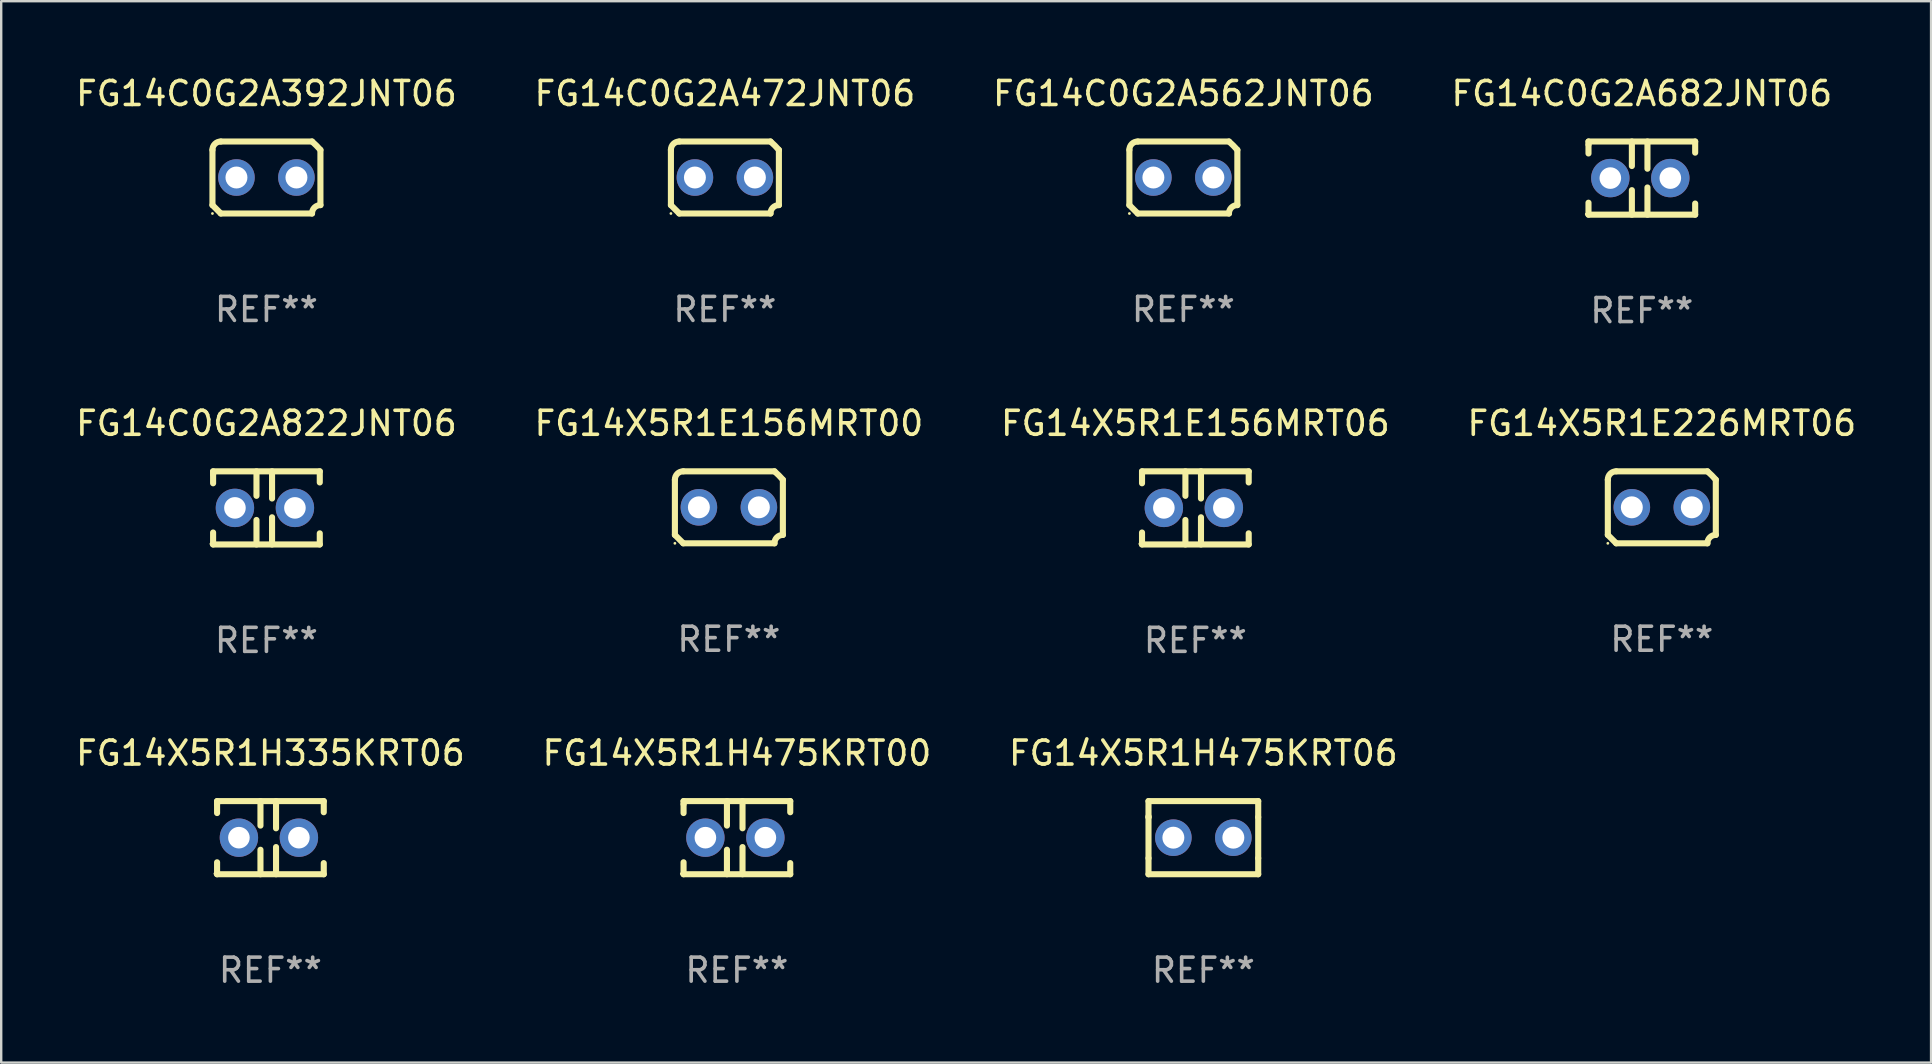
<source format=kicad_pcb>
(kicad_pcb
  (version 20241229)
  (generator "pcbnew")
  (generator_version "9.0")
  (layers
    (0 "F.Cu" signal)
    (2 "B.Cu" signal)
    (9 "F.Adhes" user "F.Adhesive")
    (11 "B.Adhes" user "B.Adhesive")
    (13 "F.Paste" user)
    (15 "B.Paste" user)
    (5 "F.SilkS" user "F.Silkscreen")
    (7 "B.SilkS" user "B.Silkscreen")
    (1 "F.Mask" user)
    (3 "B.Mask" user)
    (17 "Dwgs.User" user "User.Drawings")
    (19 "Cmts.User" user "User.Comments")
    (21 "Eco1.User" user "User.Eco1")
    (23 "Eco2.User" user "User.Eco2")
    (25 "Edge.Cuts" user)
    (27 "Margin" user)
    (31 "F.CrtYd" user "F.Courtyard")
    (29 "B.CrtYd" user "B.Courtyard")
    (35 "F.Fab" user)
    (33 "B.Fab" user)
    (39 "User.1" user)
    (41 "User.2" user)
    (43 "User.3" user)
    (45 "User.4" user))
  (footprint "FG14X5R1E226MRT06"
    (layer "F.Cu")
    (at 66.208 18.093)
    (property "Reference" "FG14X5R1E226MRT06" (at 0 -3.5 0) (layer "F.SilkS") (effects (font (size 1 1) (thickness 0.15))))
    (attr through_hole)
    (fp_line (start -2.25 -1.15) (end -2.25 1.15) (stroke (width 0.254) (type solid)) (layer "F.SilkS"))
    (fp_line (start -1.9 -1.5) (end 1.9 -1.5) (stroke (width 0.254) (type solid)) (layer "F.SilkS"))
    (fp_line (start 1.9 1.5) (end -1.9 1.5) (stroke (width 0.254) (type solid)) (layer "F.SilkS"))
    (fp_line (start 2.25 1.15) (end 2.25 -1.15) (stroke (width 0.254) (type solid)) (layer "F.SilkS"))
    (fp_arc (start -2.250444 -1.150623) (mid -2.148751 -1.399065) (end -1.9 -1.5) (stroke (width 0.254001) (type solid)) (layer "F.SilkS"))
    (fp_arc (start -1.90061 1.500431) (mid -2.075366 1.325276) (end -2.249987 1.149987) (stroke (width 0.254001) (type solid)) (layer "F.SilkS"))
    (fp_arc (start 1.9 1.5) (mid 2.001853 1.251718) (end 2.250445 1.150622) (stroke (width 0.254001) (type solid)) (layer "F.SilkS"))
    (fp_arc (start 1.90066 -1.500432) (mid 2.081685 -1.331526) (end 2.250038 -1.149987) (stroke (width 0.254001) (type solid)) (layer "F.SilkS"))
    (fp_circle (center -2.25 1.5) (end -2.22 1.5) (stroke (width 0.06) (type solid)) (fill no) (layer "F.SilkS"))
    (fp_text user "REF**" (at 0 5.5 0) (layer "F.Fab") (effects (font (size 1 1) (thickness 0.15))))
    (pad "1" thru_hole circle (at -1.25 0) (size 1.524 1.524) (drill 0.914) (layers "*.Cu" "*.Mask"))
    (pad "2" thru_hole circle (at 1.25 0) (size 1.524 1.524) (drill 0.914) (layers "*.Cu" "*.Mask")))
  (footprint "FG14C0G2A392JNT06"
    (layer "F.Cu")
    (at 8.054 4.348)
    (property "Reference" "FG14C0G2A392JNT06" (at 0 -3.5 0) (layer "F.SilkS") (effects (font (size 1 1) (thickness 0.15))))
    (attr through_hole)
    (fp_line (start -2.25 -1.15) (end -2.25 1.15) (stroke (width 0.254) (type solid)) (layer "F.SilkS"))
    (fp_line (start -1.9 -1.5) (end 1.9 -1.5) (stroke (width 0.254) (type solid)) (layer "F.SilkS"))
    (fp_line (start 1.9 1.5) (end -1.9 1.5) (stroke (width 0.254) (type solid)) (layer "F.SilkS"))
    (fp_line (start 2.25 1.15) (end 2.25 -1.15) (stroke (width 0.254) (type solid)) (layer "F.SilkS"))
    (fp_arc (start -2.250444 -1.150623) (mid -2.148751 -1.399065) (end -1.9 -1.5) (stroke (width 0.254001) (type solid)) (layer "F.SilkS"))
    (fp_arc (start -1.90061 1.500431) (mid -2.075366 1.325276) (end -2.249987 1.149987) (stroke (width 0.254001) (type solid)) (layer "F.SilkS"))
    (fp_arc (start 1.9 1.5) (mid 2.001853 1.251718) (end 2.250445 1.150622) (stroke (width 0.254001) (type solid)) (layer "F.SilkS"))
    (fp_arc (start 1.90066 -1.500432) (mid 2.081685 -1.331526) (end 2.250038 -1.149987) (stroke (width 0.254001) (type solid)) (layer "F.SilkS"))
    (fp_circle (center -2.25 1.5) (end -2.22 1.5) (stroke (width 0.06) (type solid)) (fill no) (layer "F.SilkS"))
    (fp_text user "REF**" (at 0 5.5 0) (layer "F.Fab") (effects (font (size 1 1) (thickness 0.15))))
    (pad "1" thru_hole circle (at -1.25 0) (size 1.524 1.524) (drill 0.914) (layers "*.Cu" "*.Mask"))
    (pad "2" thru_hole circle (at 1.25 0) (size 1.524 1.524) (drill 0.914) (layers "*.Cu" "*.Mask")))
  (footprint "FG14X5R1H475KRT00"
    (layer "F.Cu")
    (at 27.661 31.861)
    (property "Reference" "FG14X5R1H475KRT00" (at 0 -3.524 0) (layer "F.SilkS") (effects (font (size 1 1) (thickness 0.15))))
    (attr through_hole)
    (fp_line (start -2.223 -1.524) (end 2.223 -1.524) (stroke (width 0.254) (type solid)) (layer "F.SilkS"))
    (fp_line (start -2.223 -1.397) (end -2.223 -1.524) (stroke (width 0.254) (type solid)) (layer "F.SilkS"))
    (fp_line (start -2.223 -1.026) (end -2.223 -1.397) (stroke (width 0.254) (type solid)) (layer "F.SilkS"))
    (fp_line (start -2.223 1.524) (end -2.223 1.026) (stroke (width 0.254) (type solid)) (layer "F.SilkS"))
    (fp_line (start -0.415 -1.524) (end -0.415 -0.503) (stroke (width 0.254) (type solid)) (layer "F.SilkS"))
    (fp_line (start -0.415 0.503) (end -0.415 1.524) (stroke (width 0.254) (type solid)) (layer "F.SilkS"))
    (fp_line (start 0.234 -1.524) (end 0.234 -0.391) (stroke (width 0.254) (type solid)) (layer "F.SilkS"))
    (fp_line (start 0.234 0.391) (end 0.234 1.524) (stroke (width 0.254) (type solid)) (layer "F.SilkS"))
    (fp_line (start 2.223 -1.524) (end 2.223 -1.06) (stroke (width 0.254) (type solid)) (layer "F.SilkS"))
    (fp_line (start 2.223 1.06) (end 2.223 1.524) (stroke (width 0.254) (type solid)) (layer "F.SilkS"))
    (fp_line (start 2.223 1.524) (end -2.223 1.524) (stroke (width 0.254) (type solid)) (layer "F.SilkS"))
    (fp_circle (center -2.314 1.5) (end -2.284 1.5) (stroke (width 0.06) (type solid)) (fill no) (layer "F.SilkS"))
    (fp_text user "REF**" (at 0 5.524 0) (layer "F.Fab") (effects (font (size 1 1) (thickness 0.15))))
    (pad "1" thru_hole circle (at -1.313 0) (size 1.6 1.6) (drill 0.9) (layers "*.Cu" "*.Mask"))
    (pad "2" thru_hole circle (at 1.187 0) (size 1.6 1.6) (drill 0.9) (layers "*.Cu" "*.Mask")))
  (footprint "FG14C0G2A682JNT06"
    (layer "F.Cu")
    (at 65.375 4.372)
    (property "Reference" "FG14C0G2A682JNT06" (at 0 -3.524 0) (layer "F.SilkS") (effects (font (size 1 1) (thickness 0.15))))
    (attr through_hole)
    (fp_line (start -2.223 -1.524) (end 2.223 -1.524) (stroke (width 0.254) (type solid)) (layer "F.SilkS"))
    (fp_line (start -2.223 -1.397) (end -2.223 -1.524) (stroke (width 0.254) (type solid)) (layer "F.SilkS"))
    (fp_line (start -2.223 -1.026) (end -2.223 -1.397) (stroke (width 0.254) (type solid)) (layer "F.SilkS"))
    (fp_line (start -2.223 1.524) (end -2.223 1.026) (stroke (width 0.254) (type solid)) (layer "F.SilkS"))
    (fp_line (start -0.415 -1.524) (end -0.415 -0.503) (stroke (width 0.254) (type solid)) (layer "F.SilkS"))
    (fp_line (start -0.415 0.503) (end -0.415 1.524) (stroke (width 0.254) (type solid)) (layer "F.SilkS"))
    (fp_line (start 0.234 -1.524) (end 0.234 -0.391) (stroke (width 0.254) (type solid)) (layer "F.SilkS"))
    (fp_line (start 0.234 0.391) (end 0.234 1.524) (stroke (width 0.254) (type solid)) (layer "F.SilkS"))
    (fp_line (start 2.223 -1.524) (end 2.223 -1.06) (stroke (width 0.254) (type solid)) (layer "F.SilkS"))
    (fp_line (start 2.223 1.06) (end 2.223 1.524) (stroke (width 0.254) (type solid)) (layer "F.SilkS"))
    (fp_line (start 2.223 1.524) (end -2.223 1.524) (stroke (width 0.254) (type solid)) (layer "F.SilkS"))
    (fp_circle (center -2.314 1.5) (end -2.284 1.5) (stroke (width 0.06) (type solid)) (fill no) (layer "F.SilkS"))
    (fp_text user "REF**" (at 0 5.524 0) (layer "F.Fab") (effects (font (size 1 1) (thickness 0.15))))
    (pad "1" thru_hole circle (at -1.313 0) (size 1.6 1.6) (drill 0.9) (layers "*.Cu" "*.Mask"))
    (pad "2" thru_hole circle (at 1.187 0) (size 1.6 1.6) (drill 0.9) (layers "*.Cu" "*.Mask")))
  (footprint "FG14X5R1E156MRT00"
    (layer "F.Cu")
    (at 27.327 18.093)
    (property "Reference" "FG14X5R1E156MRT00" (at 0 -3.5 0) (layer "F.SilkS") (effects (font (size 1 1) (thickness 0.15))))
    (attr through_hole)
    (fp_line (start -2.25 -1.15) (end -2.25 1.15) (stroke (width 0.254) (type solid)) (layer "F.SilkS"))
    (fp_line (start -1.9 -1.5) (end 1.9 -1.5) (stroke (width 0.254) (type solid)) (layer "F.SilkS"))
    (fp_line (start 1.9 1.5) (end -1.9 1.5) (stroke (width 0.254) (type solid)) (layer "F.SilkS"))
    (fp_line (start 2.25 1.15) (end 2.25 -1.15) (stroke (width 0.254) (type solid)) (layer "F.SilkS"))
    (fp_arc (start -2.250444 -1.150623) (mid -2.148751 -1.399065) (end -1.9 -1.5) (stroke (width 0.254001) (type solid)) (layer "F.SilkS"))
    (fp_arc (start -1.90061 1.500431) (mid -2.075366 1.325276) (end -2.249987 1.149987) (stroke (width 0.254001) (type solid)) (layer "F.SilkS"))
    (fp_arc (start 1.9 1.5) (mid 2.001853 1.251718) (end 2.250445 1.150622) (stroke (width 0.254001) (type solid)) (layer "F.SilkS"))
    (fp_arc (start 1.90066 -1.500432) (mid 2.081685 -1.331526) (end 2.250038 -1.149987) (stroke (width 0.254001) (type solid)) (layer "F.SilkS"))
    (fp_circle (center -2.25 1.5) (end -2.22 1.5) (stroke (width 0.06) (type solid)) (fill no) (layer "F.SilkS"))
    (fp_text user "REF**" (at 0 5.5 0) (layer "F.Fab") (effects (font (size 1 1) (thickness 0.15))))
    (pad "1" thru_hole circle (at -1.25 0) (size 1.524 1.524) (drill 0.914) (layers "*.Cu" "*.Mask"))
    (pad "2" thru_hole circle (at 1.25 0) (size 1.524 1.524) (drill 0.914) (layers "*.Cu" "*.Mask")))
  (footprint "FG14C0G2A822JNT06"
    (layer "F.Cu")
    (at 8.054 18.117)
    (property "Reference" "FG14C0G2A822JNT06" (at 0 -3.524 0) (layer "F.SilkS") (effects (font (size 1 1) (thickness 0.15))))
    (attr through_hole)
    (fp_line (start -2.223 -1.524) (end 2.223 -1.524) (stroke (width 0.254) (type solid)) (layer "F.SilkS"))
    (fp_line (start -2.223 -1.397) (end -2.223 -1.524) (stroke (width 0.254) (type solid)) (layer "F.SilkS"))
    (fp_line (start -2.223 -1.026) (end -2.223 -1.397) (stroke (width 0.254) (type solid)) (layer "F.SilkS"))
    (fp_line (start -2.223 1.524) (end -2.223 1.026) (stroke (width 0.254) (type solid)) (layer "F.SilkS"))
    (fp_line (start -0.415 -1.524) (end -0.415 -0.503) (stroke (width 0.254) (type solid)) (layer "F.SilkS"))
    (fp_line (start -0.415 0.503) (end -0.415 1.524) (stroke (width 0.254) (type solid)) (layer "F.SilkS"))
    (fp_line (start 0.234 -1.524) (end 0.234 -0.391) (stroke (width 0.254) (type solid)) (layer "F.SilkS"))
    (fp_line (start 0.234 0.391) (end 0.234 1.524) (stroke (width 0.254) (type solid)) (layer "F.SilkS"))
    (fp_line (start 2.223 -1.524) (end 2.223 -1.06) (stroke (width 0.254) (type solid)) (layer "F.SilkS"))
    (fp_line (start 2.223 1.06) (end 2.223 1.524) (stroke (width 0.254) (type solid)) (layer "F.SilkS"))
    (fp_line (start 2.223 1.524) (end -2.223 1.524) (stroke (width 0.254) (type solid)) (layer "F.SilkS"))
    (fp_circle (center -2.314 1.5) (end -2.284 1.5) (stroke (width 0.06) (type solid)) (fill no) (layer "F.SilkS"))
    (fp_text user "REF**" (at 0 5.524 0) (layer "F.Fab") (effects (font (size 1 1) (thickness 0.15))))
    (pad "1" thru_hole circle (at -1.313 0) (size 1.6 1.6) (drill 0.9) (layers "*.Cu" "*.Mask"))
    (pad "2" thru_hole circle (at 1.187 0) (size 1.6 1.6) (drill 0.9) (layers "*.Cu" "*.Mask")))
  (footprint "FG14X5R1H335KRT06"
    (layer "F.Cu")
    (at 8.22 31.861)
    (property "Reference" "FG14X5R1H335KRT06" (at 0 -3.524 0) (layer "F.SilkS") (effects (font (size 1 1) (thickness 0.15))))
    (attr through_hole)
    (fp_line (start -2.223 -1.524) (end 2.223 -1.524) (stroke (width 0.254) (type solid)) (layer "F.SilkS"))
    (fp_line (start -2.223 -1.397) (end -2.223 -1.524) (stroke (width 0.254) (type solid)) (layer "F.SilkS"))
    (fp_line (start -2.223 -1.026) (end -2.223 -1.397) (stroke (width 0.254) (type solid)) (layer "F.SilkS"))
    (fp_line (start -2.223 1.524) (end -2.223 1.026) (stroke (width 0.254) (type solid)) (layer "F.SilkS"))
    (fp_line (start -0.415 -1.524) (end -0.415 -0.503) (stroke (width 0.254) (type solid)) (layer "F.SilkS"))
    (fp_line (start -0.415 0.503) (end -0.415 1.524) (stroke (width 0.254) (type solid)) (layer "F.SilkS"))
    (fp_line (start 0.234 -1.524) (end 0.234 -0.391) (stroke (width 0.254) (type solid)) (layer "F.SilkS"))
    (fp_line (start 0.234 0.391) (end 0.234 1.524) (stroke (width 0.254) (type solid)) (layer "F.SilkS"))
    (fp_line (start 2.223 -1.524) (end 2.223 -1.06) (stroke (width 0.254) (type solid)) (layer "F.SilkS"))
    (fp_line (start 2.223 1.06) (end 2.223 1.524) (stroke (width 0.254) (type solid)) (layer "F.SilkS"))
    (fp_line (start 2.223 1.524) (end -2.223 1.524) (stroke (width 0.254) (type solid)) (layer "F.SilkS"))
    (fp_circle (center -2.314 1.5) (end -2.284 1.5) (stroke (width 0.06) (type solid)) (fill no) (layer "F.SilkS"))
    (fp_text user "REF**" (at 0 5.524 0) (layer "F.Fab") (effects (font (size 1 1) (thickness 0.15))))
    (pad "1" thru_hole circle (at -1.313 0) (size 1.6 1.6) (drill 0.9) (layers "*.Cu" "*.Mask"))
    (pad "2" thru_hole circle (at 1.187 0) (size 1.6 1.6) (drill 0.9) (layers "*.Cu" "*.Mask")))
  (footprint "FG14X5R1E156MRT06"
    (layer "F.Cu")
    (at 46.768 18.117)
    (property "Reference" "FG14X5R1E156MRT06" (at 0 -3.524 0) (layer "F.SilkS") (effects (font (size 1 1) (thickness 0.15))))
    (attr through_hole)
    (fp_line (start -2.223 -1.524) (end 2.223 -1.524) (stroke (width 0.254) (type solid)) (layer "F.SilkS"))
    (fp_line (start -2.223 -1.397) (end -2.223 -1.524) (stroke (width 0.254) (type solid)) (layer "F.SilkS"))
    (fp_line (start -2.223 -1.026) (end -2.223 -1.397) (stroke (width 0.254) (type solid)) (layer "F.SilkS"))
    (fp_line (start -2.223 1.524) (end -2.223 1.026) (stroke (width 0.254) (type solid)) (layer "F.SilkS"))
    (fp_line (start -0.415 -1.524) (end -0.415 -0.503) (stroke (width 0.254) (type solid)) (layer "F.SilkS"))
    (fp_line (start -0.415 0.503) (end -0.415 1.524) (stroke (width 0.254) (type solid)) (layer "F.SilkS"))
    (fp_line (start 0.234 -1.524) (end 0.234 -0.391) (stroke (width 0.254) (type solid)) (layer "F.SilkS"))
    (fp_line (start 0.234 0.391) (end 0.234 1.524) (stroke (width 0.254) (type solid)) (layer "F.SilkS"))
    (fp_line (start 2.223 -1.524) (end 2.223 -1.06) (stroke (width 0.254) (type solid)) (layer "F.SilkS"))
    (fp_line (start 2.223 1.06) (end 2.223 1.524) (stroke (width 0.254) (type solid)) (layer "F.SilkS"))
    (fp_line (start 2.223 1.524) (end -2.223 1.524) (stroke (width 0.254) (type solid)) (layer "F.SilkS"))
    (fp_circle (center -2.314 1.5) (end -2.284 1.5) (stroke (width 0.06) (type solid)) (fill no) (layer "F.SilkS"))
    (fp_text user "REF**" (at 0 5.524 0) (layer "F.Fab") (effects (font (size 1 1) (thickness 0.15))))
    (pad "1" thru_hole circle (at -1.313 0) (size 1.6 1.6) (drill 0.9) (layers "*.Cu" "*.Mask"))
    (pad "2" thru_hole circle (at 1.187 0) (size 1.6 1.6) (drill 0.9) (layers "*.Cu" "*.Mask")))
  (footprint "FG14C0G2A562JNT06"
    (layer "F.Cu")
    (at 46.268 4.348)
    (property "Reference" "FG14C0G2A562JNT06" (at 0 -3.5 0) (layer "F.SilkS") (effects (font (size 1 1) (thickness 0.15))))
    (attr through_hole)
    (fp_line (start -2.25 -1.15) (end -2.25 1.15) (stroke (width 0.254) (type solid)) (layer "F.SilkS"))
    (fp_line (start -1.9 -1.5) (end 1.9 -1.5) (stroke (width 0.254) (type solid)) (layer "F.SilkS"))
    (fp_line (start 1.9 1.5) (end -1.9 1.5) (stroke (width 0.254) (type solid)) (layer "F.SilkS"))
    (fp_line (start 2.25 1.15) (end 2.25 -1.15) (stroke (width 0.254) (type solid)) (layer "F.SilkS"))
    (fp_arc (start -2.250444 -1.150623) (mid -2.148751 -1.399065) (end -1.9 -1.5) (stroke (width 0.254001) (type solid)) (layer "F.SilkS"))
    (fp_arc (start -1.90061 1.500431) (mid -2.075366 1.325276) (end -2.249987 1.149987) (stroke (width 0.254001) (type solid)) (layer "F.SilkS"))
    (fp_arc (start 1.9 1.5) (mid 2.001853 1.251718) (end 2.250445 1.150622) (stroke (width 0.254001) (type solid)) (layer "F.SilkS"))
    (fp_arc (start 1.90066 -1.500432) (mid 2.081685 -1.331526) (end 2.250038 -1.149987) (stroke (width 0.254001) (type solid)) (layer "F.SilkS"))
    (fp_circle (center -2.25 1.5) (end -2.22 1.5) (stroke (width 0.06) (type solid)) (fill no) (layer "F.SilkS"))
    (fp_text user "REF**" (at 0 5.5 0) (layer "F.Fab") (effects (font (size 1 1) (thickness 0.15))))
    (pad "1" thru_hole circle (at -1.25 0) (size 1.524 1.524) (drill 0.914) (layers "*.Cu" "*.Mask"))
    (pad "2" thru_hole circle (at 1.25 0) (size 1.524 1.524) (drill 0.914) (layers "*.Cu" "*.Mask")))
  (footprint "FG14C0G2A472JNT06"
    (layer "F.Cu")
    (at 27.161 4.348)
    (property "Reference" "FG14C0G2A472JNT06" (at 0 -3.5 0) (layer "F.SilkS") (effects (font (size 1 1) (thickness 0.15))))
    (attr through_hole)
    (fp_line (start -2.25 -1.15) (end -2.25 1.15) (stroke (width 0.254) (type solid)) (layer "F.SilkS"))
    (fp_line (start -1.9 -1.5) (end 1.9 -1.5) (stroke (width 0.254) (type solid)) (layer "F.SilkS"))
    (fp_line (start 1.9 1.5) (end -1.9 1.5) (stroke (width 0.254) (type solid)) (layer "F.SilkS"))
    (fp_line (start 2.25 1.15) (end 2.25 -1.15) (stroke (width 0.254) (type solid)) (layer "F.SilkS"))
    (fp_arc (start -2.250444 -1.150623) (mid -2.148751 -1.399065) (end -1.9 -1.5) (stroke (width 0.254001) (type solid)) (layer "F.SilkS"))
    (fp_arc (start -1.90061 1.500431) (mid -2.075366 1.325276) (end -2.249987 1.149987) (stroke (width 0.254001) (type solid)) (layer "F.SilkS"))
    (fp_arc (start 1.9 1.5) (mid 2.001853 1.251718) (end 2.250445 1.150622) (stroke (width 0.254001) (type solid)) (layer "F.SilkS"))
    (fp_arc (start 1.90066 -1.500432) (mid 2.081685 -1.331526) (end 2.250038 -1.149987) (stroke (width 0.254001) (type solid)) (layer "F.SilkS"))
    (fp_circle (center -2.25 1.5) (end -2.22 1.5) (stroke (width 0.06) (type solid)) (fill no) (layer "F.SilkS"))
    (fp_text user "REF**" (at 0 5.5 0) (layer "F.Fab") (effects (font (size 1 1) (thickness 0.15))))
    (pad "1" thru_hole circle (at -1.25 0) (size 1.524 1.524) (drill 0.914) (layers "*.Cu" "*.Mask"))
    (pad "2" thru_hole circle (at 1.25 0) (size 1.524 1.524) (drill 0.914) (layers "*.Cu" "*.Mask")))
  (footprint "FG14X5R1H475KRT06"
    (layer "F.Cu")
    (at 47.101 31.861)
    (property "Reference" "FG14X5R1H475KRT06" (at 0 -3.524 0) (layer "F.SilkS") (effects (font (size 1 1) (thickness 0.15))))
    (attr through_hole)
    (fp_line (start -2.286 -1.524) (end 2.286 -1.524) (stroke (width 0.254) (type solid)) (layer "F.SilkS"))
    (fp_line (start -2.286 -0.855) (end -2.286 -1.524) (stroke (width 0.254) (type solid)) (layer "F.SilkS"))
    (fp_line (start -2.286 -0.855) (end -2.286 -0.889) (stroke (width 0.254) (type solid)) (layer "F.SilkS"))
    (fp_line (start -2.286 -0.855) (end -2.286 0.855) (stroke (width 0.254) (type solid)) (layer "F.SilkS"))
    (fp_line (start -2.286 1.524) (end -2.286 0.855) (stroke (width 0.254) (type solid)) (layer "F.SilkS"))
    (fp_line (start 2.286 -1.524) (end 2.286 -0.855) (stroke (width 0.254) (type solid)) (layer "F.SilkS"))
    (fp_line (start 2.286 -0.855) (end 2.286 0.855) (stroke (width 0.254) (type solid)) (layer "F.SilkS"))
    (fp_line (start 2.286 0.855) (end 2.286 1.524) (stroke (width 0.254) (type solid)) (layer "F.SilkS"))
    (fp_line (start 2.286 1.524) (end -2.286 1.524) (stroke (width 0.254) (type solid)) (layer "F.SilkS"))
    (fp_circle (center -2.25 1.5) (end -2.22 1.5) (stroke (width 0.06) (type solid)) (fill no) (layer "F.SilkS"))
    (fp_text user "REF**" (at 0 5.524 0) (layer "F.Fab") (effects (font (size 1 1) (thickness 0.15))))
    (pad "1" thru_hole circle (at -1.25 0) (size 1.524 1.524) (drill 0.914) (layers "*.Cu" "*.Mask"))
    (pad "2" thru_hole circle (at 1.25 0) (size 1.524 1.524) (drill 0.914) (layers "*.Cu" "*.Mask")))
  (gr_rect
    (start -3 -3)
    (end 77.429 41.234)
    (stroke (width 0.1) (type default))
    (fill no)
    (layer "Edge.Cuts")))
</source>
